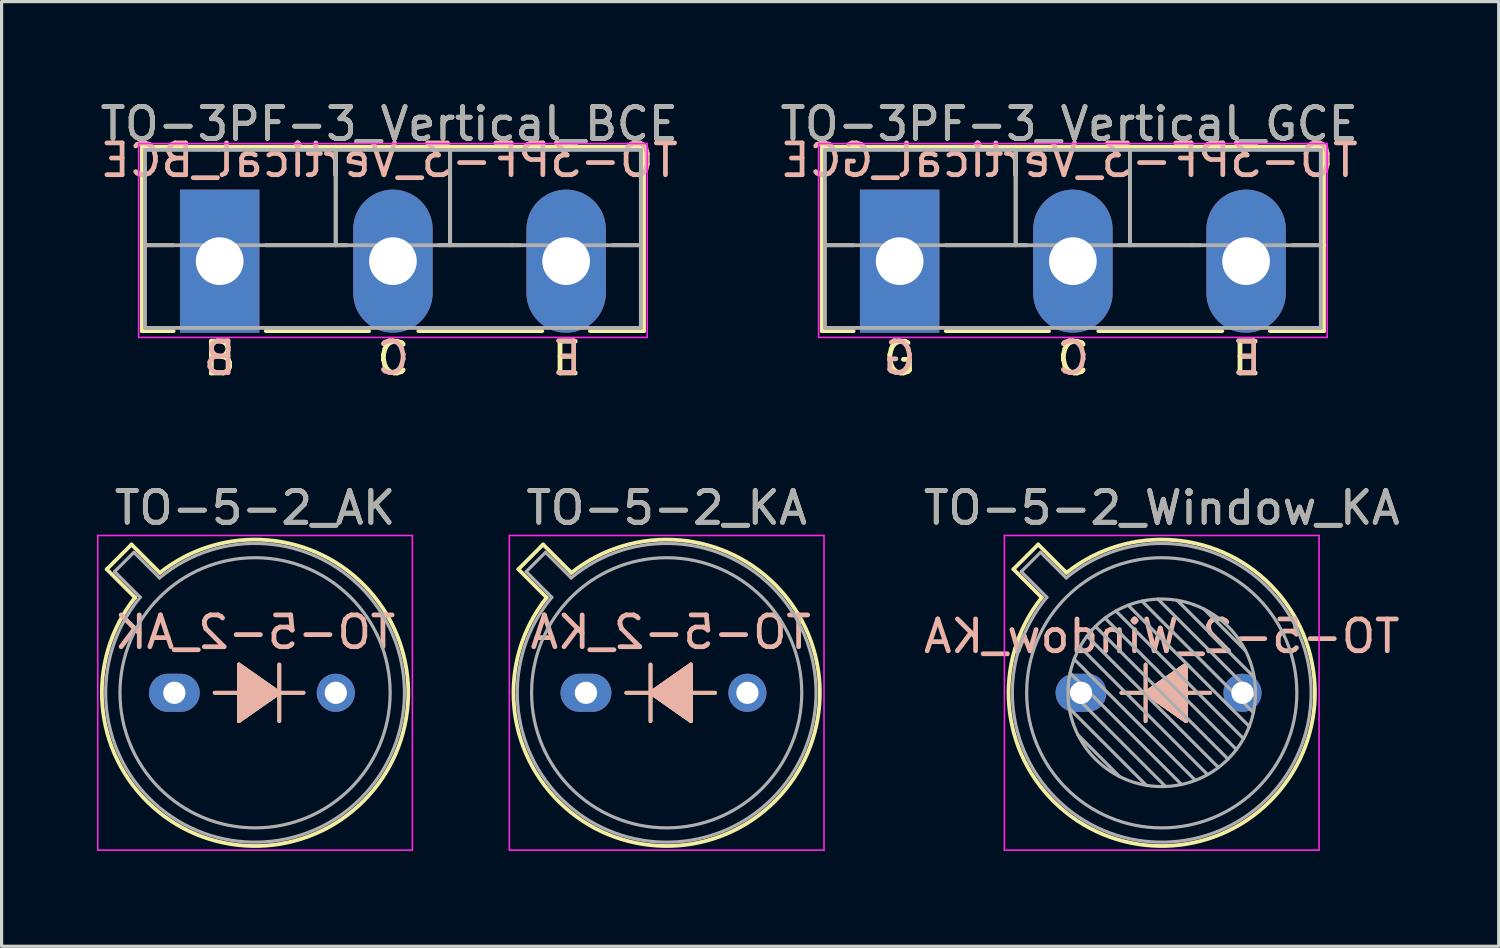
<source format=kicad_pcb>
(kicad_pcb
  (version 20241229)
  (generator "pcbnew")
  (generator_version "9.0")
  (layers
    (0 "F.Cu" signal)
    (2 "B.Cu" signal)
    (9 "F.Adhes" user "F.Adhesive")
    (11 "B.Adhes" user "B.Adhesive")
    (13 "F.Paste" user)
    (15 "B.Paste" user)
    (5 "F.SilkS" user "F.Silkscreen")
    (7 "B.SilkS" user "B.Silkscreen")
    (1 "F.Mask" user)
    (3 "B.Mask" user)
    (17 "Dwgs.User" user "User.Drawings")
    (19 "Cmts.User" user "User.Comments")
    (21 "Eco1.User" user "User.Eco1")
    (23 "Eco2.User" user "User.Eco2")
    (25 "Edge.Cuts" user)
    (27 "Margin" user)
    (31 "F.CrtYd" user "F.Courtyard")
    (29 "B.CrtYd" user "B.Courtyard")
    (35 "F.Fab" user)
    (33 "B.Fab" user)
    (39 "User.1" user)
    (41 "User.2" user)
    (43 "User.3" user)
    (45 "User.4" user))
  (footprint "TO-5-2_Window_KA"
    (layer "F.Cu")
    (at 30.961 18.747)
    (property "Reference" "TO-5-2_Window_KA" (at 2.54 -5.82 0) (layer "F.SilkS") (effects (font (size 1 1) (thickness 0.15))))
    (fp_line (start -2.126 -3.888) (end -1.235 -2.997) (stroke (width 0.12) (type solid)) (layer "F.SilkS"))
    (fp_line (start -1.348 -4.666) (end -2.126 -3.888) (stroke (width 0.12) (type solid)) (layer "F.SilkS"))
    (fp_line (start -0.457 -3.775) (end -1.348 -4.666) (stroke (width 0.12) (type solid)) (layer "F.SilkS"))
    (fp_line (start 2.032 0) (end 1.27 0) (stroke (width 0.12) (type solid)) (layer "F.SilkS"))
    (fp_line (start 2.032 0) (end 3.302 -0.889) (stroke (width 0.12) (type solid)) (layer "F.SilkS"))
    (fp_line (start 2.032 0.889) (end 2.032 -0.889) (stroke (width 0.12) (type solid)) (layer "F.SilkS"))
    (fp_line (start 3.302 -0.889) (end 3.302 0.889) (stroke (width 0.12) (type solid)) (layer "F.SilkS"))
    (fp_line (start 3.302 0.889) (end 2.032 0) (stroke (width 0.12) (type solid)) (layer "F.SilkS"))
    (fp_line (start 4.064 0) (end 3.302 0) (stroke (width 0.12) (type solid)) (layer "F.SilkS"))
    (fp_arc (start -0.457084 -3.774902) (mid 5.948125 3.408384) (end -1.234674 -2.997371) (stroke (width 0.12) (type solid)) (layer "F.SilkS"))
    (fp_poly (pts (xy 2.032 0) (xy 3.302 -0.889) (xy 3.302 0.889)) (stroke (width 0.1) (type solid)) (fill yes) (layer "F.SilkS"))
    (fp_line (start 2.032 -0.889) (end 2.032 0.889) (stroke (width 0.12) (type solid)) (layer "B.SilkS"))
    (fp_line (start 2.032 0) (end 1.27 0) (stroke (width 0.12) (type solid)) (layer "B.SilkS"))
    (fp_line (start 2.032 0) (end 3.302 0.889) (stroke (width 0.12) (type solid)) (layer "B.SilkS"))
    (fp_line (start 3.302 -0.889) (end 2.032 0) (stroke (width 0.12) (type solid)) (layer "B.SilkS"))
    (fp_line (start 3.302 0.889) (end 3.302 -0.889) (stroke (width 0.12) (type solid)) (layer "B.SilkS"))
    (fp_line (start 4.064 0) (end 3.302 0) (stroke (width 0.12) (type solid)) (layer "B.SilkS"))
    (fp_poly (pts (xy 2.032 0) (xy 3.302 0.889) (xy 3.302 -0.889)) (stroke (width 0.1) (type solid)) (fill yes) (layer "B.SilkS"))
    (fp_line (start -2.41 -4.95) (end -2.41 4.95) (stroke (width 0.05) (type solid)) (layer "F.CrtYd"))
    (fp_line (start -2.41 4.95) (end 7.49 4.95) (stroke (width 0.05) (type solid)) (layer "F.CrtYd"))
    (fp_line (start 7.49 -4.95) (end -2.41 -4.95) (stroke (width 0.05) (type solid)) (layer "F.CrtYd"))
    (fp_line (start 7.49 4.95) (end 7.49 -4.95) (stroke (width 0.05) (type solid)) (layer "F.CrtYd"))
    (fp_line (start -1.88 -3.812) (end -1.074 -3.005) (stroke (width 0.1) (type solid)) (layer "F.Fab"))
    (fp_line (start -1.272 -4.42) (end -1.88 -3.812) (stroke (width 0.1) (type solid)) (layer "F.Fab"))
    (fp_line (start -0.465 -3.614) (end -1.272 -4.42) (stroke (width 0.1) (type solid)) (layer "F.Fab"))
    (fp_line (start -0.408 -0.12) (end 2.66 2.948) (stroke (width 0.1) (type solid)) (layer "F.Fab"))
    (fp_line (start -0.371 0.485) (end 2.055 2.911) (stroke (width 0.1) (type solid)) (layer "F.Fab"))
    (fp_line (start -0.344 -0.622) (end 3.162 2.884) (stroke (width 0.1) (type solid)) (layer "F.Fab"))
    (fp_line (start -0.215 -1.058) (end 3.598 2.755) (stroke (width 0.1) (type solid)) (layer "F.Fab"))
    (fp_line (start -0.097 1.324) (end 1.216 2.637) (stroke (width 0.1) (type solid)) (layer "F.Fab"))
    (fp_line (start -0.034 -1.443) (end 3.983 2.574) (stroke (width 0.1) (type solid)) (layer "F.Fab"))
    (fp_line (start 0.19 -1.784) (end 4.324 2.35) (stroke (width 0.1) (type solid)) (layer "F.Fab"))
    (fp_line (start 0.454 -2.086) (end 4.626 2.086) (stroke (width 0.1) (type solid)) (layer "F.Fab"))
    (fp_line (start 0.756 -2.35) (end 4.89 1.784) (stroke (width 0.1) (type solid)) (layer "F.Fab"))
    (fp_line (start 1.097 -2.574) (end 5.114 1.443) (stroke (width 0.1) (type solid)) (layer "F.Fab"))
    (fp_line (start 1.482 -2.755) (end 5.295 1.058) (stroke (width 0.1) (type solid)) (layer "F.Fab"))
    (fp_line (start 1.918 -2.884) (end 5.424 0.622) (stroke (width 0.1) (type solid)) (layer "F.Fab"))
    (fp_line (start 2.42 -2.948) (end 5.488 0.12) (stroke (width 0.1) (type solid)) (layer "F.Fab"))
    (fp_line (start 3.025 -2.911) (end 5.451 -0.485) (stroke (width 0.1) (type solid)) (layer "F.Fab"))
    (fp_line (start 3.864 -2.637) (end 5.177 -1.324) (stroke (width 0.1) (type solid)) (layer "F.Fab"))
    (fp_arc (start -0.465408 -3.61352) (mid 5.863443 3.323361) (end -1.073594 -3.005319) (stroke (width 0.1) (type solid)) (layer "F.Fab"))
    (fp_circle (center 2.54 0) (end 5.49 0) (stroke (width 0.1) (type solid)) (fill no) (layer "F.Fab"))
    (fp_circle (center 2.54 0) (end 6.79 0) (stroke (width 0.1) (type solid)) (fill no) (layer "F.Fab"))
    (fp_text user "${REFERENCE}" (at 2.54 -1.778 0) (layer "B.SilkS") (effects (font (size 1 1) (thickness 0.15)) (justify mirror)))
    (fp_text user "${REFERENCE}" (at 2.54 -5.82 0) (layer "F.Fab") (effects (font (size 1 1) (thickness 0.15))))
    (pad "1" thru_hole oval (at 0 0) (size 1.6 1.2) (drill 0.7) (layers "*.Cu" "*.Mask"))
    (pad "2" thru_hole oval (at 5.08 0) (size 1.2 1.2) (drill 0.7) (layers "*.Cu" "*.Mask")))
  (footprint "TO-3PF-3_Vertical_GCE"
    (layer "F.Cu")
    (at 25.255 5.166)
    (property "Reference" "TO-3PF-3_Vertical_GCE" (at 5.334 -4.318 0) (layer "F.SilkS") (effects (font (size 1 1) (thickness 0.15))))
    (fp_line (start -2.45 -3.6) (end -2.45 2.2) (stroke (width 0.12) (type solid)) (layer "F.SilkS"))
    (fp_line (start -2.45 2.2) (end -1.45 2.2) (stroke (width 0.12) (type solid)) (layer "F.SilkS"))
    (fp_line (start -1.45 -0.5) (end -2.45 -0.5) (stroke (width 0.12) (type solid)) (layer "F.SilkS"))
    (fp_line (start 1.45 2.2) (end 4.7 2.2) (stroke (width 0.12) (type solid)) (layer "F.SilkS"))
    (fp_line (start 3.65 -3.6) (end 3.65 -0.5) (stroke (width 0.12) (type solid)) (layer "F.SilkS"))
    (fp_line (start 3.65 -0.5) (end 1.45 -0.5) (stroke (width 0.12) (type solid)) (layer "F.SilkS"))
    (fp_line (start 3.65 -0.5) (end 4 -0.5) (stroke (width 0.12) (type solid)) (layer "F.SilkS"))
    (fp_line (start 6.25 2.2) (end 10.15 2.2) (stroke (width 0.12) (type solid)) (layer "F.SilkS"))
    (fp_line (start 7.25 -0.5) (end 7.25 -3.6) (stroke (width 0.12) (type solid)) (layer "F.SilkS"))
    (fp_line (start 9.2 -0.5) (end 6.9 -0.5) (stroke (width 0.12) (type solid)) (layer "F.SilkS"))
    (fp_line (start 9.45 -0.5) (end 9.2 -0.5) (stroke (width 0.12) (type solid)) (layer "F.SilkS"))
    (fp_line (start 11.65 2.2) (end 13.35 2.2) (stroke (width 0.12) (type solid)) (layer "F.SilkS"))
    (fp_line (start 13.35 -3.6) (end -2.45 -3.6) (stroke (width 0.12) (type solid)) (layer "F.SilkS"))
    (fp_line (start 13.35 -0.5) (end 12.35 -0.5) (stroke (width 0.12) (type solid)) (layer "F.SilkS"))
    (fp_line (start 13.35 2.2) (end 13.35 -3.6) (stroke (width 0.12) (type solid)) (layer "F.SilkS"))
    (fp_line (start -2.55 -3.7) (end -2.55 2.4) (stroke (width 0.05) (type solid)) (layer "F.CrtYd"))
    (fp_line (start -2.55 2.4) (end 13.45 2.4) (stroke (width 0.05) (type solid)) (layer "F.CrtYd"))
    (fp_line (start 13.45 -3.7) (end -2.55 -3.7) (stroke (width 0.05) (type solid)) (layer "F.CrtYd"))
    (fp_line (start 13.45 2.4) (end 13.45 -3.7) (stroke (width 0.05) (type solid)) (layer "F.CrtYd"))
    (fp_line (start -2.35 -3.5) (end -2.35 2.1) (stroke (width 0.12) (type solid)) (layer "F.Fab"))
    (fp_line (start -2.35 2.1) (end 13.25 2.1) (stroke (width 0.12) (type solid)) (layer "F.Fab"))
    (fp_line (start -0.05 -3.5) (end -2.35 -3.5) (stroke (width 0.12) (type solid)) (layer "F.Fab"))
    (fp_line (start 2.95 -3.5) (end -0.05 -3.5) (stroke (width 0.12) (type solid)) (layer "F.Fab"))
    (fp_line (start 3.65 -3.5) (end 3.65 -0.5) (stroke (width 0.12) (type solid)) (layer "F.Fab"))
    (fp_line (start 7.25 -3.5) (end 7.25 -0.5) (stroke (width 0.12) (type solid)) (layer "F.Fab"))
    (fp_line (start 10.85 -0.5) (end -2.35 -0.5) (stroke (width 0.12) (type solid)) (layer "F.Fab"))
    (fp_line (start 10.85 -0.5) (end 13.25 -0.5) (stroke (width 0.12) (type solid)) (layer "F.Fab"))
    (fp_line (start 10.95 -3.5) (end 2.95 -3.5) (stroke (width 0.12) (type solid)) (layer "F.Fab"))
    (fp_line (start 13.25 -3.5) (end 10.95 -3.5) (stroke (width 0.12) (type solid)) (layer "F.Fab"))
    (fp_line (start 13.25 2.1) (end 13.25 -3.5) (stroke (width 0.12) (type solid)) (layer "F.Fab"))
    (fp_text user "E" (at 10.922 3.064 0) (unlocked yes) (layer "F.SilkS") (effects (font (size 1 1) (thickness 0.15))))
    (fp_text user "G" (at 0 3.064 0) (unlocked yes) (layer "F.SilkS") (effects (font (size 1 1) (thickness 0.15))))
    (fp_text user "C" (at 5.461 3.064 0) (unlocked yes) (layer "F.SilkS") (effects (font (size 1 1) (thickness 0.15))))
    (fp_text user "${REFERENCE}" (at 5.334 -3.175 0) (layer "B.SilkS") (effects (font (size 1 1) (thickness 0.15)) (justify mirror)))
    (fp_text user "E" (at 10.922 3.048 0) (unlocked yes) (layer "B.SilkS") (effects (font (size 1 1) (thickness 0.15)) (justify mirror)))
    (fp_text user "G" (at 0 3.048 0) (unlocked yes) (layer "B.SilkS") (effects (font (size 1 1) (thickness 0.15)) (justify mirror)))
    (fp_text user "C" (at 5.461 3.048 0) (unlocked yes) (layer "B.SilkS") (effects (font (size 1 1) (thickness 0.15)) (justify mirror)))
    (fp_text user "${REFERENCE}" (at 5.334 -4.318 0) (layer "F.Fab") (effects (font (size 1 1) (thickness 0.15))))
    (pad "1" thru_hole rect (at 0 0) (size 2.5 4.5) (drill 1.5) (layers "*.Cu" "*.Mask"))
    (pad "2" thru_hole oval (at 5.45 0) (size 2.5 4.5) (drill 1.5) (layers "*.Cu" "*.Mask"))
    (pad "3" thru_hole oval (at 10.9 0) (size 2.5 4.5) (drill 1.5) (layers "*.Cu" "*.Mask")))
  (footprint "TO-5-2_KA"
    (layer "F.Cu")
    (at 15.385 18.747)
    (property "Reference" "TO-5-2_KA" (at 2.54 -5.82 0) (layer "F.SilkS") (effects (font (size 1 1) (thickness 0.15))))
    (fp_line (start -2.126 -3.888) (end -1.235 -2.997) (stroke (width 0.12) (type solid)) (layer "F.SilkS"))
    (fp_line (start -1.348 -4.666) (end -2.126 -3.888) (stroke (width 0.12) (type solid)) (layer "F.SilkS"))
    (fp_line (start -0.457 -3.775) (end -1.348 -4.666) (stroke (width 0.12) (type solid)) (layer "F.SilkS"))
    (fp_line (start 2.032 0) (end 1.27 0) (stroke (width 0.12) (type solid)) (layer "F.SilkS"))
    (fp_line (start 2.032 0) (end 3.302 -0.889) (stroke (width 0.12) (type solid)) (layer "F.SilkS"))
    (fp_line (start 2.032 0.889) (end 2.032 -0.889) (stroke (width 0.12) (type solid)) (layer "F.SilkS"))
    (fp_line (start 3.302 -0.889) (end 3.302 0.889) (stroke (width 0.12) (type solid)) (layer "F.SilkS"))
    (fp_line (start 3.302 0.889) (end 2.032 0) (stroke (width 0.12) (type solid)) (layer "F.SilkS"))
    (fp_line (start 4.064 0) (end 3.302 0) (stroke (width 0.12) (type solid)) (layer "F.SilkS"))
    (fp_arc (start -0.457084 -3.774902) (mid 5.948125 3.408384) (end -1.234674 -2.997371) (stroke (width 0.12) (type solid)) (layer "F.SilkS"))
    (fp_poly (pts (xy 3.302 0.889) (xy 2.032 0) (xy 3.302 -0.889)) (stroke (width 0.1) (type solid)) (fill yes) (layer "F.SilkS"))
    (fp_line (start 2.032 -0.889) (end 2.032 0.889) (stroke (width 0.12) (type solid)) (layer "B.SilkS"))
    (fp_line (start 2.032 0) (end 1.27 0) (stroke (width 0.12) (type solid)) (layer "B.SilkS"))
    (fp_line (start 2.032 0) (end 3.302 0.889) (stroke (width 0.12) (type solid)) (layer "B.SilkS"))
    (fp_line (start 3.302 -0.889) (end 2.032 0) (stroke (width 0.12) (type solid)) (layer "B.SilkS"))
    (fp_line (start 3.302 0.889) (end 3.302 -0.889) (stroke (width 0.12) (type solid)) (layer "B.SilkS"))
    (fp_line (start 4.064 0) (end 3.302 0) (stroke (width 0.12) (type solid)) (layer "B.SilkS"))
    (fp_poly (pts (xy 3.302 -0.889) (xy 2.032 0) (xy 3.302 0.889)) (stroke (width 0.1) (type solid)) (fill yes) (layer "B.SilkS"))
    (fp_line (start -2.41 -4.95) (end -2.41 4.95) (stroke (width 0.05) (type solid)) (layer "F.CrtYd"))
    (fp_line (start -2.41 4.95) (end 7.49 4.95) (stroke (width 0.05) (type solid)) (layer "F.CrtYd"))
    (fp_line (start 7.49 -4.95) (end -2.41 -4.95) (stroke (width 0.05) (type solid)) (layer "F.CrtYd"))
    (fp_line (start 7.49 4.95) (end 7.49 -4.95) (stroke (width 0.05) (type solid)) (layer "F.CrtYd"))
    (fp_line (start -1.88 -3.812) (end -1.074 -3.005) (stroke (width 0.1) (type solid)) (layer "F.Fab"))
    (fp_line (start -1.272 -4.42) (end -1.88 -3.812) (stroke (width 0.1) (type solid)) (layer "F.Fab"))
    (fp_line (start -0.465 -3.614) (end -1.272 -4.42) (stroke (width 0.1) (type solid)) (layer "F.Fab"))
    (fp_arc (start -0.465408 -3.61352) (mid 5.863443 3.323361) (end -1.073594 -3.005319) (stroke (width 0.1) (type solid)) (layer "F.Fab"))
    (fp_circle (center 2.54 0) (end 6.79 0) (stroke (width 0.1) (type solid)) (fill no) (layer "F.Fab"))
    (fp_text user "${REFERENCE}" (at 2.667 -1.905 0) (layer "B.SilkS") (effects (font (size 1 1) (thickness 0.15)) (justify mirror)))
    (fp_text user "${REFERENCE}" (at 2.54 -5.82 0) (layer "F.Fab") (effects (font (size 1 1) (thickness 0.15))))
    (pad "1" thru_hole oval (at 0 0) (size 1.6 1.2) (drill 0.7) (layers "*.Cu" "*.Mask"))
    (pad "2" thru_hole oval (at 5.08 0) (size 1.2 1.2) (drill 0.7) (layers "*.Cu" "*.Mask")))
  (footprint "TO-5-2_AK"
    (layer "F.Cu")
    (at 2.435 18.747)
    (property "Reference" "TO-5-2_AK" (at 2.54 -5.82 0) (layer "F.SilkS") (effects (font (size 1 1) (thickness 0.15))))
    (fp_line (start -2.126 -3.888) (end -1.235 -2.997) (stroke (width 0.12) (type solid)) (layer "F.SilkS"))
    (fp_line (start -1.348 -4.666) (end -2.126 -3.888) (stroke (width 0.12) (type solid)) (layer "F.SilkS"))
    (fp_line (start -0.457 -3.775) (end -1.348 -4.666) (stroke (width 0.12) (type solid)) (layer "F.SilkS"))
    (fp_line (start 1.27 0) (end 2.032 0) (stroke (width 0.12) (type solid)) (layer "F.SilkS"))
    (fp_line (start 2.032 -0.889) (end 3.302 0) (stroke (width 0.12) (type solid)) (layer "F.SilkS"))
    (fp_line (start 2.032 0.889) (end 2.032 -0.889) (stroke (width 0.12) (type solid)) (layer "F.SilkS"))
    (fp_line (start 3.302 -0.889) (end 3.302 0.889) (stroke (width 0.12) (type solid)) (layer "F.SilkS"))
    (fp_line (start 3.302 0) (end 2.032 0.889) (stroke (width 0.12) (type solid)) (layer "F.SilkS"))
    (fp_line (start 3.302 0) (end 4.064 0) (stroke (width 0.12) (type solid)) (layer "F.SilkS"))
    (fp_arc (start -0.457084 -3.774902) (mid 5.948125 3.408384) (end -1.234674 -2.997371) (stroke (width 0.12) (type solid)) (layer "F.SilkS"))
    (fp_poly (pts (xy 3.302 0) (xy 2.032 0.889) (xy 2.032 -0.889)) (stroke (width 0.1) (type solid)) (fill yes) (layer "F.SilkS"))
    (fp_line (start 1.27 0) (end 2.032 0) (stroke (width 0.12) (type solid)) (layer "B.SilkS"))
    (fp_line (start 2.032 -0.889) (end 2.032 0.889) (stroke (width 0.12) (type solid)) (layer "B.SilkS"))
    (fp_line (start 2.032 0.889) (end 3.302 0) (stroke (width 0.12) (type solid)) (layer "B.SilkS"))
    (fp_line (start 3.302 0) (end 2.032 -0.889) (stroke (width 0.12) (type solid)) (layer "B.SilkS"))
    (fp_line (start 3.302 0) (end 4.064 0) (stroke (width 0.12) (type solid)) (layer "B.SilkS"))
    (fp_line (start 3.302 0.889) (end 3.302 -0.889) (stroke (width 0.12) (type solid)) (layer "B.SilkS"))
    (fp_poly (pts (xy 3.302 0) (xy 2.032 -0.889) (xy 2.032 0.889)) (stroke (width 0.1) (type solid)) (fill yes) (layer "B.SilkS"))
    (fp_line (start -2.41 -4.95) (end -2.41 4.95) (stroke (width 0.05) (type solid)) (layer "F.CrtYd"))
    (fp_line (start -2.41 4.95) (end 7.49 4.95) (stroke (width 0.05) (type solid)) (layer "F.CrtYd"))
    (fp_line (start 7.49 -4.95) (end -2.41 -4.95) (stroke (width 0.05) (type solid)) (layer "F.CrtYd"))
    (fp_line (start 7.49 4.95) (end 7.49 -4.95) (stroke (width 0.05) (type solid)) (layer "F.CrtYd"))
    (fp_line (start -1.88 -3.812) (end -1.074 -3.005) (stroke (width 0.1) (type solid)) (layer "F.Fab"))
    (fp_line (start -1.272 -4.42) (end -1.88 -3.812) (stroke (width 0.1) (type solid)) (layer "F.Fab"))
    (fp_line (start -0.465 -3.614) (end -1.272 -4.42) (stroke (width 0.1) (type solid)) (layer "F.Fab"))
    (fp_arc (start -0.465408 -3.61352) (mid 5.863443 3.323361) (end -1.073594 -3.005319) (stroke (width 0.1) (type solid)) (layer "F.Fab"))
    (fp_circle (center 2.54 0) (end 6.79 0) (stroke (width 0.1) (type solid)) (fill no) (layer "F.Fab"))
    (fp_text user "${REFERENCE}" (at 2.54 -1.905 0) (layer "B.SilkS") (effects (font (size 1 1) (thickness 0.15)) (justify mirror)))
    (fp_text user "${REFERENCE}" (at 2.54 -5.82 0) (layer "F.Fab") (effects (font (size 1 1) (thickness 0.15))))
    (pad "1" thru_hole oval (at 0 0) (size 1.6 1.2) (drill 0.7) (layers "*.Cu" "*.Mask"))
    (pad "2" thru_hole oval (at 5.08 0) (size 1.2 1.2) (drill 0.7) (layers "*.Cu" "*.Mask")))
  (footprint "TO-3PF-3_Vertical_BCE"
    (layer "F.Cu")
    (at 3.862 5.166)
    (property "Reference" "TO-3PF-3_Vertical_BCE" (at 5.334 -4.318 0) (layer "F.SilkS") (effects (font (size 1 1) (thickness 0.15))))
    (fp_line (start -2.45 -3.6) (end -2.45 2.2) (stroke (width 0.12) (type solid)) (layer "F.SilkS"))
    (fp_line (start -2.45 2.2) (end -1.45 2.2) (stroke (width 0.12) (type solid)) (layer "F.SilkS"))
    (fp_line (start -1.45 -0.5) (end -2.45 -0.5) (stroke (width 0.12) (type solid)) (layer "F.SilkS"))
    (fp_line (start 1.45 2.2) (end 4.7 2.2) (stroke (width 0.12) (type solid)) (layer "F.SilkS"))
    (fp_line (start 3.65 -3.6) (end 3.65 -0.5) (stroke (width 0.12) (type solid)) (layer "F.SilkS"))
    (fp_line (start 3.65 -0.5) (end 1.45 -0.5) (stroke (width 0.12) (type solid)) (layer "F.SilkS"))
    (fp_line (start 3.65 -0.5) (end 4 -0.5) (stroke (width 0.12) (type solid)) (layer "F.SilkS"))
    (fp_line (start 6.25 2.2) (end 10.15 2.2) (stroke (width 0.12) (type solid)) (layer "F.SilkS"))
    (fp_line (start 7.25 -0.5) (end 7.25 -3.6) (stroke (width 0.12) (type solid)) (layer "F.SilkS"))
    (fp_line (start 9.2 -0.5) (end 6.9 -0.5) (stroke (width 0.12) (type solid)) (layer "F.SilkS"))
    (fp_line (start 9.45 -0.5) (end 9.2 -0.5) (stroke (width 0.12) (type solid)) (layer "F.SilkS"))
    (fp_line (start 11.65 2.2) (end 13.35 2.2) (stroke (width 0.12) (type solid)) (layer "F.SilkS"))
    (fp_line (start 13.35 -3.6) (end -2.45 -3.6) (stroke (width 0.12) (type solid)) (layer "F.SilkS"))
    (fp_line (start 13.35 -0.5) (end 12.35 -0.5) (stroke (width 0.12) (type solid)) (layer "F.SilkS"))
    (fp_line (start 13.35 2.2) (end 13.35 -3.6) (stroke (width 0.12) (type solid)) (layer "F.SilkS"))
    (fp_line (start -2.55 -3.7) (end -2.55 2.4) (stroke (width 0.05) (type solid)) (layer "F.CrtYd"))
    (fp_line (start -2.55 2.4) (end 13.45 2.4) (stroke (width 0.05) (type solid)) (layer "F.CrtYd"))
    (fp_line (start 13.45 -3.7) (end -2.55 -3.7) (stroke (width 0.05) (type solid)) (layer "F.CrtYd"))
    (fp_line (start 13.45 2.4) (end 13.45 -3.7) (stroke (width 0.05) (type solid)) (layer "F.CrtYd"))
    (fp_line (start -2.35 -3.5) (end -2.35 2.1) (stroke (width 0.12) (type solid)) (layer "F.Fab"))
    (fp_line (start -2.35 2.1) (end 13.25 2.1) (stroke (width 0.12) (type solid)) (layer "F.Fab"))
    (fp_line (start -0.05 -3.5) (end -2.35 -3.5) (stroke (width 0.12) (type solid)) (layer "F.Fab"))
    (fp_line (start 2.95 -3.5) (end -0.05 -3.5) (stroke (width 0.12) (type solid)) (layer "F.Fab"))
    (fp_line (start 3.65 -3.5) (end 3.65 -0.5) (stroke (width 0.12) (type solid)) (layer "F.Fab"))
    (fp_line (start 7.25 -3.5) (end 7.25 -0.5) (stroke (width 0.12) (type solid)) (layer "F.Fab"))
    (fp_line (start 10.85 -0.5) (end -2.35 -0.5) (stroke (width 0.12) (type solid)) (layer "F.Fab"))
    (fp_line (start 10.85 -0.5) (end 13.25 -0.5) (stroke (width 0.12) (type solid)) (layer "F.Fab"))
    (fp_line (start 10.95 -3.5) (end 2.95 -3.5) (stroke (width 0.12) (type solid)) (layer "F.Fab"))
    (fp_line (start 13.25 -3.5) (end 10.95 -3.5) (stroke (width 0.12) (type solid)) (layer "F.Fab"))
    (fp_line (start 13.25 2.1) (end 13.25 -3.5) (stroke (width 0.12) (type solid)) (layer "F.Fab"))
    (fp_text user "C" (at 5.461 3.064 0) (unlocked yes) (layer "F.SilkS") (effects (font (size 1 1) (thickness 0.15))))
    (fp_text user "B" (at 0 3.064 0) (unlocked yes) (layer "F.SilkS") (effects (font (size 1 1) (thickness 0.15))))
    (fp_text user "E" (at 10.922 3.064 0) (unlocked yes) (layer "F.SilkS") (effects (font (size 1 1) (thickness 0.15))))
    (fp_text user "E" (at 10.922 3.048 0) (unlocked yes) (layer "B.SilkS") (effects (font (size 1 1) (thickness 0.15)) (justify mirror)))
    (fp_text user "B" (at 0 3.048 0) (unlocked yes) (layer "B.SilkS") (effects (font (size 1 1) (thickness 0.15)) (justify mirror)))
    (fp_text user "${REFERENCE}" (at 5.334 -3.175 0) (layer "B.SilkS") (effects (font (size 1 1) (thickness 0.15)) (justify mirror)))
    (fp_text user "C" (at 5.461 3.048 0) (unlocked yes) (layer "B.SilkS") (effects (font (size 1 1) (thickness 0.15)) (justify mirror)))
    (fp_text user "${REFERENCE}" (at 5.334 -4.318 0) (layer "F.Fab") (effects (font (size 1 1) (thickness 0.15))))
    (pad "1" thru_hole rect (at 0 0) (size 2.5 4.5) (drill 1.5) (layers "*.Cu" "*.Mask"))
    (pad "2" thru_hole oval (at 5.45 0) (size 2.5 4.5) (drill 1.5) (layers "*.Cu" "*.Mask"))
    (pad "3" thru_hole oval (at 10.9 0) (size 2.5 4.5) (drill 1.5) (layers "*.Cu" "*.Mask")))
  (gr_rect
    (start -3 -3)
    (end 44.102 26.722)
    (stroke (width 0.1) (type default))
    (fill no)
    (layer "Edge.Cuts")))
</source>
